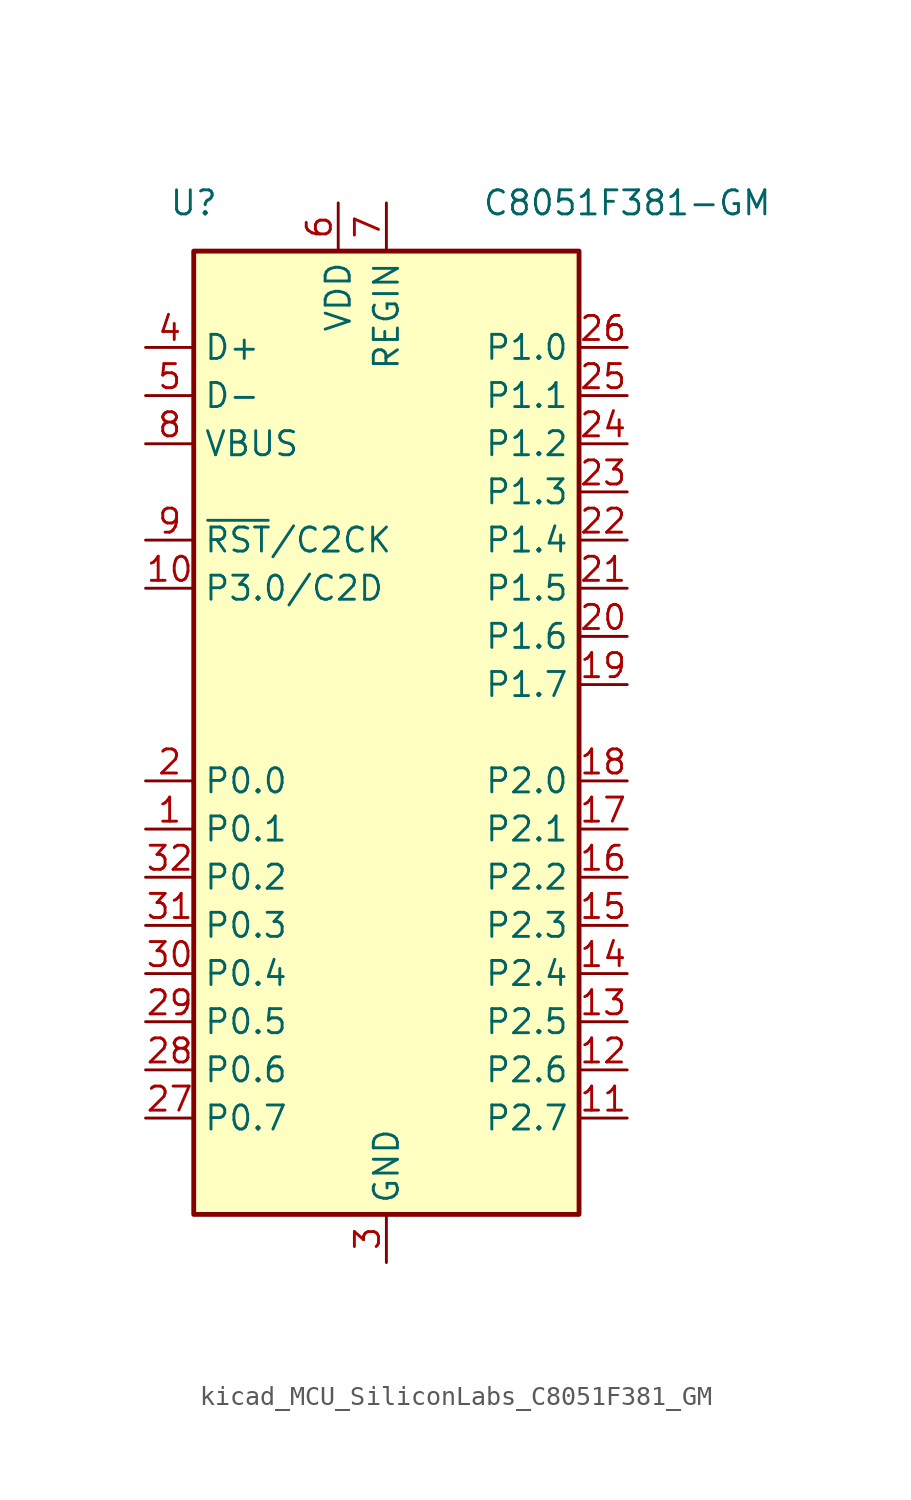
<source format=kicad_sym>
(kicad_symbol_lib
  (version 20220914)
  (generator kicad_symbol_editor)
  (symbol "kicad_MCU_SiliconLabs_C8051F381_GM"
    (property "Reference" "U"
      (at -10.16 27.94 0)
      (effects (font (size 1.27 1.27))))
    (property "Value" "C8051F381-GM"
      (at 12.7 27.94 0)
      (effects (font (size 1.27 1.27))))
    (symbol "kicad_MCU_SiliconLabs_C8051F381_GM_0_1"
      (rectangle (start -10.16 25.4) (end 10.16 -25.4) (stroke (width 0.254) (type default)) (fill (type background))))
    (symbol "kicad_MCU_SiliconLabs_C8051F381_GM_1_1"
      (pin bidirectional line (at -12.7 -5.08 0) (length 2.54) (name "P0.1" (effects (font (size 1.27 1.27)))) (number "1" (effects (font (size 1.27 1.27)))))
      (pin bidirectional line (at -12.7 7.62 0) (length 2.54) (name "P3.0/C2D" (effects (font (size 1.27 1.27)))) (number "10" (effects (font (size 1.27 1.27)))))
      (pin bidirectional line (at 12.7 -20.32 180) (length 2.54) (name "P2.7" (effects (font (size 1.27 1.27)))) (number "11" (effects (font (size 1.27 1.27)))))
      (pin bidirectional line (at 12.7 -17.78 180) (length 2.54) (name "P2.6" (effects (font (size 1.27 1.27)))) (number "12" (effects (font (size 1.27 1.27)))))
      (pin bidirectional line (at 12.7 -15.24 180) (length 2.54) (name "P2.5" (effects (font (size 1.27 1.27)))) (number "13" (effects (font (size 1.27 1.27)))))
      (pin bidirectional line (at 12.7 -12.7 180) (length 2.54) (name "P2.4" (effects (font (size 1.27 1.27)))) (number "14" (effects (font (size 1.27 1.27)))))
      (pin bidirectional line (at 12.7 -10.16 180) (length 2.54) (name "P2.3" (effects (font (size 1.27 1.27)))) (number "15" (effects (font (size 1.27 1.27)))))
      (pin bidirectional line (at 12.7 -7.62 180) (length 2.54) (name "P2.2" (effects (font (size 1.27 1.27)))) (number "16" (effects (font (size 1.27 1.27)))))
      (pin bidirectional line (at 12.7 -5.08 180) (length 2.54) (name "P2.1" (effects (font (size 1.27 1.27)))) (number "17" (effects (font (size 1.27 1.27)))))
      (pin bidirectional line (at 12.7 -2.54 180) (length 2.54) (name "P2.0" (effects (font (size 1.27 1.27)))) (number "18" (effects (font (size 1.27 1.27)))))
      (pin bidirectional line (at 12.7 2.54 180) (length 2.54) (name "P1.7" (effects (font (size 1.27 1.27)))) (number "19" (effects (font (size 1.27 1.27)))))
      (pin bidirectional line (at -12.7 -2.54 0) (length 2.54) (name "P0.0" (effects (font (size 1.27 1.27)))) (number "2" (effects (font (size 1.27 1.27)))))
      (pin bidirectional line (at 12.7 5.08 180) (length 2.54) (name "P1.6" (effects (font (size 1.27 1.27)))) (number "20" (effects (font (size 1.27 1.27)))))
      (pin bidirectional line (at 12.7 7.62 180) (length 2.54) (name "P1.5" (effects (font (size 1.27 1.27)))) (number "21" (effects (font (size 1.27 1.27)))))
      (pin bidirectional line (at 12.7 10.16 180) (length 2.54) (name "P1.4" (effects (font (size 1.27 1.27)))) (number "22" (effects (font (size 1.27 1.27)))))
      (pin bidirectional line (at 12.7 12.7 180) (length 2.54) (name "P1.3" (effects (font (size 1.27 1.27)))) (number "23" (effects (font (size 1.27 1.27)))))
      (pin bidirectional line (at 12.7 15.24 180) (length 2.54) (name "P1.2" (effects (font (size 1.27 1.27)))) (number "24" (effects (font (size 1.27 1.27)))))
      (pin bidirectional line (at 12.7 17.78 180) (length 2.54) (name "P1.1" (effects (font (size 1.27 1.27)))) (number "25" (effects (font (size 1.27 1.27)))))
      (pin bidirectional line (at 12.7 20.32 180) (length 2.54) (name "P1.0" (effects (font (size 1.27 1.27)))) (number "26" (effects (font (size 1.27 1.27)))))
      (pin bidirectional line (at -12.7 -20.32 0) (length 2.54) (name "P0.7" (effects (font (size 1.27 1.27)))) (number "27" (effects (font (size 1.27 1.27)))))
      (pin bidirectional line (at -12.7 -17.78 0) (length 2.54) (name "P0.6" (effects (font (size 1.27 1.27)))) (number "28" (effects (font (size 1.27 1.27)))))
      (pin bidirectional line (at -12.7 -15.24 0) (length 2.54) (name "P0.5" (effects (font (size 1.27 1.27)))) (number "29" (effects (font (size 1.27 1.27)))))
      (pin power_in line (at 0 -27.94 90) (length 2.54) (name "GND" (effects (font (size 1.27 1.27)))) (number "3" (effects (font (size 1.27 1.27)))))
      (pin bidirectional line (at -12.7 -12.7 0) (length 2.54) (name "P0.4" (effects (font (size 1.27 1.27)))) (number "30" (effects (font (size 1.27 1.27)))))
      (pin bidirectional line (at -12.7 -10.16 0) (length 2.54) (name "P0.3" (effects (font (size 1.27 1.27)))) (number "31" (effects (font (size 1.27 1.27)))))
      (pin bidirectional line (at -12.7 -7.62 0) (length 2.54) (name "P0.2" (effects (font (size 1.27 1.27)))) (number "32" (effects (font (size 1.27 1.27)))))
      (pin passive line (at 0 -27.94 90) (length 2.54) hide (name "GND" (effects (font (size 1.27 1.27)))) (number "33" (effects (font (size 1.27 1.27)))))
      (pin bidirectional line (at -12.7 20.32 0) (length 2.54) (name "D+" (effects (font (size 1.27 1.27)))) (number "4" (effects (font (size 1.27 1.27)))))
      (pin bidirectional line (at -12.7 17.78 0) (length 2.54) (name "D-" (effects (font (size 1.27 1.27)))) (number "5" (effects (font (size 1.27 1.27)))))
      (pin power_in line (at -2.54 27.94 270) (length 2.54) (name "VDD" (effects (font (size 1.27 1.27)))) (number "6" (effects (font (size 1.27 1.27)))))
      (pin power_in line (at 0 27.94 270) (length 2.54) (name "REGIN" (effects (font (size 1.27 1.27)))) (number "7" (effects (font (size 1.27 1.27)))))
      (pin input line (at -12.7 15.24 0) (length 2.54) (name "VBUS" (effects (font (size 1.27 1.27)))) (number "8" (effects (font (size 1.27 1.27)))))
      (pin input line (at -12.7 10.16 0) (length 2.54) (name "~{RST}/C2CK" (effects (font (size 1.27 1.27)))) (number "9" (effects (font (size 1.27 1.27))))))))
</source>
